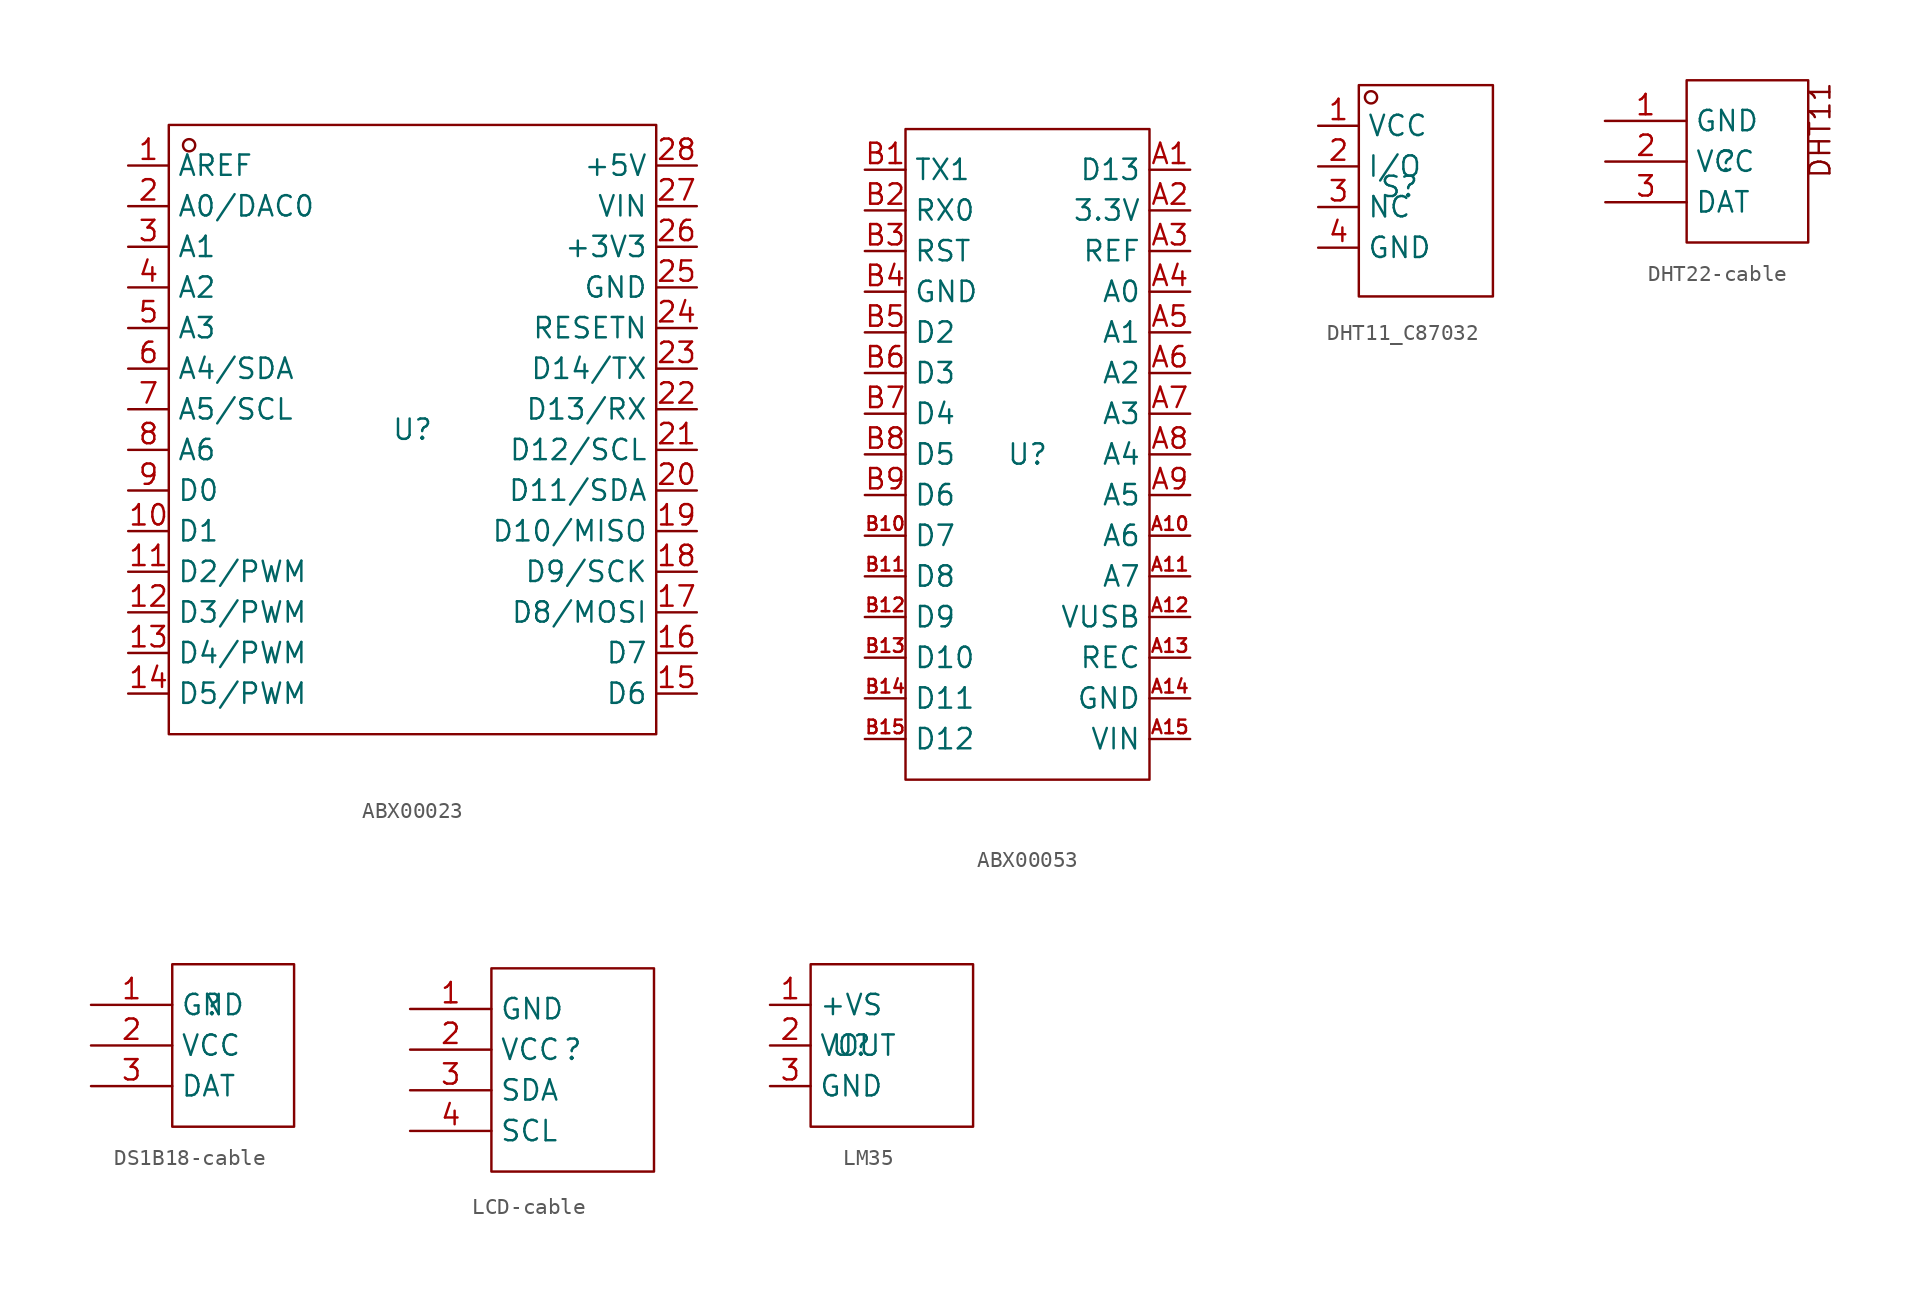
<source format=kicad_sym>
(kicad_symbol_lib
  (version 20241209)
  (generator "kicad_symbol_editor")
  (generator_version "9.0")
  (symbol "ABX00023"
    (property "Reference" "U"
      (at 0 0 0)
      (effects (font (size 1.27 1.27))))
    (property "Value" ""
      (at 0 0 0)
      (effects (font (size 1.27 1.27))))
    (symbol "ABX00023_1_0"
      (rectangle (start -15.24 -19.05) (end 15.24 19.05) (stroke (width 0) (type default)) (fill (type none)))
      (circle (center -13.97 17.78) (radius 0.381) (stroke (width 0) (type default)) (fill (type none)))
      (pin unspecified line (at -17.78 16.51 0) (length 2.54) (name "AREF" (effects (font (size 1.27 1.27)))) (number "1" (effects (font (size 1.27 1.27)))))
      (pin unspecified line (at -17.78 13.97 0) (length 2.54) (name "A0/DAC0" (effects (font (size 1.27 1.27)))) (number "2" (effects (font (size 1.27 1.27)))))
      (pin unspecified line (at -17.78 11.43 0) (length 2.54) (name "A1" (effects (font (size 1.27 1.27)))) (number "3" (effects (font (size 1.27 1.27)))))
      (pin unspecified line (at -17.78 8.89 0) (length 2.54) (name "A2" (effects (font (size 1.27 1.27)))) (number "4" (effects (font (size 1.27 1.27)))))
      (pin unspecified line (at -17.78 6.35 0) (length 2.54) (name "A3" (effects (font (size 1.27 1.27)))) (number "5" (effects (font (size 1.27 1.27)))))
      (pin unspecified line (at -17.78 3.81 0) (length 2.54) (name "A4/SDA" (effects (font (size 1.27 1.27)))) (number "6" (effects (font (size 1.27 1.27)))))
      (pin unspecified line (at -17.78 1.27 0) (length 2.54) (name "A5/SCL" (effects (font (size 1.27 1.27)))) (number "7" (effects (font (size 1.27 1.27)))))
      (pin unspecified line (at -17.78 -1.27 0) (length 2.54) (name "A6" (effects (font (size 1.27 1.27)))) (number "8" (effects (font (size 1.27 1.27)))))
      (pin unspecified line (at -17.78 -3.81 0) (length 2.54) (name "D0" (effects (font (size 1.27 1.27)))) (number "9" (effects (font (size 1.27 1.27)))))
      (pin unspecified line (at -17.78 -6.35 0) (length 2.54) (name "D1" (effects (font (size 1.27 1.27)))) (number "10" (effects (font (size 1.27 1.27)))))
      (pin unspecified line (at -17.78 -8.89 0) (length 2.54) (name "D2/PWM" (effects (font (size 1.27 1.27)))) (number "11" (effects (font (size 1.27 1.27)))))
      (pin unspecified line (at -17.78 -11.43 0) (length 2.54) (name "D3/PWM" (effects (font (size 1.27 1.27)))) (number "12" (effects (font (size 1.27 1.27)))))
      (pin unspecified line (at -17.78 -13.97 0) (length 2.54) (name "D4/PWM" (effects (font (size 1.27 1.27)))) (number "13" (effects (font (size 1.27 1.27)))))
      (pin unspecified line (at -17.78 -16.51 0) (length 2.54) (name "D5/PWM" (effects (font (size 1.27 1.27)))) (number "14" (effects (font (size 1.27 1.27)))))
      (pin unspecified line (at 17.78 16.51 180) (length 2.54) (name "+5V" (effects (font (size 1.27 1.27)))) (number "28" (effects (font (size 1.27 1.27)))))
      (pin unspecified line (at 17.78 13.97 180) (length 2.54) (name "VIN" (effects (font (size 1.27 1.27)))) (number "27" (effects (font (size 1.27 1.27)))))
      (pin unspecified line (at 17.78 11.43 180) (length 2.54) (name "+3V3" (effects (font (size 1.27 1.27)))) (number "26" (effects (font (size 1.27 1.27)))))
      (pin unspecified line (at 17.78 8.89 180) (length 2.54) (name "GND" (effects (font (size 1.27 1.27)))) (number "25" (effects (font (size 1.27 1.27)))))
      (pin unspecified line (at 17.78 6.35 180) (length 2.54) (name "RESETN" (effects (font (size 1.27 1.27)))) (number "24" (effects (font (size 1.27 1.27)))))
      (pin unspecified line (at 17.78 3.81 180) (length 2.54) (name "D14/TX" (effects (font (size 1.27 1.27)))) (number "23" (effects (font (size 1.27 1.27)))))
      (pin unspecified line (at 17.78 1.27 180) (length 2.54) (name "D13/RX" (effects (font (size 1.27 1.27)))) (number "22" (effects (font (size 1.27 1.27)))))
      (pin unspecified line (at 17.78 -1.27 180) (length 2.54) (name "D12/SCL" (effects (font (size 1.27 1.27)))) (number "21" (effects (font (size 1.27 1.27)))))
      (pin unspecified line (at 17.78 -3.81 180) (length 2.54) (name "D11/SDA" (effects (font (size 1.27 1.27)))) (number "20" (effects (font (size 1.27 1.27)))))
      (pin unspecified line (at 17.78 -6.35 180) (length 2.54) (name "D10/MISO" (effects (font (size 1.27 1.27)))) (number "19" (effects (font (size 1.27 1.27)))))
      (pin unspecified line (at 17.78 -8.89 180) (length 2.54) (name "D9/SCK" (effects (font (size 1.27 1.27)))) (number "18" (effects (font (size 1.27 1.27)))))
      (pin unspecified line (at 17.78 -11.43 180) (length 2.54) (name "D8/MOSI" (effects (font (size 1.27 1.27)))) (number "17" (effects (font (size 1.27 1.27)))))
      (pin unspecified line (at 17.78 -13.97 180) (length 2.54) (name "D7" (effects (font (size 1.27 1.27)))) (number "16" (effects (font (size 1.27 1.27)))))
      (pin unspecified line (at 17.78 -16.51 180) (length 2.54) (name "D6" (effects (font (size 1.27 1.27)))) (number "15" (effects (font (size 1.27 1.27)))))))
  (symbol "ABX00053"
    (property "Reference" "U"
      (at 0 0 0)
      (effects (font (size 1.27 1.27))))
    (property "Value" ""
      (at 0 0 0)
      (effects (font (size 1.27 1.27))))
    (symbol "ABX00053_1_0"
      (rectangle (start -7.62 20.32) (end 7.62 -20.32) (stroke (width 0) (type default)) (fill (type none)))
      (pin unspecified line (at -10.16 17.78 0) (length 2.54) (name "TX1" (effects (font (size 1.27 1.27)))) (number "B1" (effects (font (size 1.27 1.27)))))
      (pin unspecified line (at -10.16 15.24 0) (length 2.54) (name "RX0" (effects (font (size 1.27 1.27)))) (number "B2" (effects (font (size 1.27 1.27)))))
      (pin unspecified line (at -10.16 12.7 0) (length 2.54) (name "RST" (effects (font (size 1.27 1.27)))) (number "B3" (effects (font (size 1.27 1.27)))))
      (pin unspecified line (at -10.16 10.16 0) (length 2.54) (name "GND" (effects (font (size 1.27 1.27)))) (number "B4" (effects (font (size 1.27 1.27)))))
      (pin unspecified line (at -10.16 7.62 0) (length 2.54) (name "D2" (effects (font (size 1.27 1.27)))) (number "B5" (effects (font (size 1.27 1.27)))))
      (pin unspecified line (at -10.16 5.08 0) (length 2.54) (name "D3" (effects (font (size 1.27 1.27)))) (number "B6" (effects (font (size 1.27 1.27)))))
      (pin unspecified line (at -10.16 2.54 0) (length 2.54) (name "D4" (effects (font (size 1.27 1.27)))) (number "B7" (effects (font (size 1.27 1.27)))))
      (pin unspecified line (at -10.16 0 0) (length 2.54) (name "D5" (effects (font (size 1.27 1.27)))) (number "B8" (effects (font (size 1.27 1.27)))))
      (pin unspecified line (at -10.16 -2.54 0) (length 2.54) (name "D6" (effects (font (size 1.27 1.27)))) (number "B9" (effects (font (size 1.27 1.27)))))
      (pin unspecified line (at -10.16 -5.08 0) (length 2.54) (name "D7" (effects (font (size 1.27 1.27)))) (number "B10" (effects (font (size 0.847 0.847)))))
      (pin unspecified line (at -10.16 -7.62 0) (length 2.54) (name "D8" (effects (font (size 1.27 1.27)))) (number "B11" (effects (font (size 0.847 0.847)))))
      (pin unspecified line (at -10.16 -10.16 0) (length 2.54) (name "D9" (effects (font (size 1.27 1.27)))) (number "B12" (effects (font (size 0.847 0.847)))))
      (pin unspecified line (at -10.16 -12.7 0) (length 2.54) (name "D10" (effects (font (size 1.27 1.27)))) (number "B13" (effects (font (size 0.847 0.847)))))
      (pin unspecified line (at -10.16 -15.24 0) (length 2.54) (name "D11" (effects (font (size 1.27 1.27)))) (number "B14" (effects (font (size 0.847 0.847)))))
      (pin unspecified line (at -10.16 -17.78 0) (length 2.54) (name "D12" (effects (font (size 1.27 1.27)))) (number "B15" (effects (font (size 0.847 0.847)))))
      (pin unspecified line (at 10.16 17.78 180) (length 2.54) (name "D13" (effects (font (size 1.27 1.27)))) (number "A1" (effects (font (size 1.27 1.27)))))
      (pin unspecified line (at 10.16 15.24 180) (length 2.54) (name "3.3V" (effects (font (size 1.27 1.27)))) (number "A2" (effects (font (size 1.27 1.27)))))
      (pin unspecified line (at 10.16 12.7 180) (length 2.54) (name "REF" (effects (font (size 1.27 1.27)))) (number "A3" (effects (font (size 1.27 1.27)))))
      (pin unspecified line (at 10.16 10.16 180) (length 2.54) (name "A0" (effects (font (size 1.27 1.27)))) (number "A4" (effects (font (size 1.27 1.27)))))
      (pin unspecified line (at 10.16 7.62 180) (length 2.54) (name "A1" (effects (font (size 1.27 1.27)))) (number "A5" (effects (font (size 1.27 1.27)))))
      (pin unspecified line (at 10.16 5.08 180) (length 2.54) (name "A2" (effects (font (size 1.27 1.27)))) (number "A6" (effects (font (size 1.27 1.27)))))
      (pin unspecified line (at 10.16 2.54 180) (length 2.54) (name "A3" (effects (font (size 1.27 1.27)))) (number "A7" (effects (font (size 1.27 1.27)))))
      (pin unspecified line (at 10.16 0 180) (length 2.54) (name "A4" (effects (font (size 1.27 1.27)))) (number "A8" (effects (font (size 1.27 1.27)))))
      (pin unspecified line (at 10.16 -2.54 180) (length 2.54) (name "A5" (effects (font (size 1.27 1.27)))) (number "A9" (effects (font (size 1.27 1.27)))))
      (pin unspecified line (at 10.16 -5.08 180) (length 2.54) (name "A6" (effects (font (size 1.27 1.27)))) (number "A10" (effects (font (size 0.847 0.847)))))
      (pin unspecified line (at 10.16 -7.62 180) (length 2.54) (name "A7" (effects (font (size 1.27 1.27)))) (number "A11" (effects (font (size 0.847 0.847)))))
      (pin unspecified line (at 10.16 -10.16 180) (length 2.54) (name "VUSB" (effects (font (size 1.27 1.27)))) (number "A12" (effects (font (size 0.847 0.847)))))
      (pin unspecified line (at 10.16 -12.7 180) (length 2.54) (name "REC" (effects (font (size 1.27 1.27)))) (number "A13" (effects (font (size 0.847 0.847)))))
      (pin unspecified line (at 10.16 -15.24 180) (length 2.54) (name "GND" (effects (font (size 1.27 1.27)))) (number "A14" (effects (font (size 0.847 0.847)))))
      (pin unspecified line (at 10.16 -17.78 180) (length 2.54) (name "VIN" (effects (font (size 1.27 1.27)))) (number "A15" (effects (font (size 0.847 0.847)))))))
  (symbol "DHT11_C87032"
    (property "Reference" "S"
      (at 0 0 0)
      (effects (font (size 1.27 1.27))))
    (property "Value" ""
      (at 0 0 0)
      (effects (font (size 1.27 1.27))))
    (symbol "DHT11_C87032_1_0"
      (rectangle (start -2.54 -6.858) (end 5.842 6.35) (stroke (width 0) (type default)) (fill (type none)))
      (circle (center -1.778 5.588) (radius 0.381) (stroke (width 0) (type default)) (fill (type none)))
      (pin unspecified line (at -5.08 3.81 0) (length 2.54) (name "VCC" (effects (font (size 1.27 1.27)))) (number "1" (effects (font (size 1.27 1.27)))))
      (pin unspecified line (at -5.08 1.27 0) (length 2.54) (name "I/O" (effects (font (size 1.27 1.27)))) (number "2" (effects (font (size 1.27 1.27)))))
      (pin unspecified line (at -5.08 -1.27 0) (length 2.54) (name "NC" (effects (font (size 1.27 1.27)))) (number "3" (effects (font (size 1.27 1.27)))))
      (pin unspecified line (at -5.08 -3.81 0) (length 2.54) (name "GND" (effects (font (size 1.27 1.27)))) (number "4" (effects (font (size 1.27 1.27)))))))
  (symbol "DHT22-cable"
    (property "Reference" ""
      (at 0 0 0)
      (effects (font (size 1.27 1.27))))
    (property "Value" ""
      (at 0 0 0)
      (effects (font (size 1.27 1.27))))
    (symbol "DHT22-cable_1_0"
      (rectangle (start -2.515 5.08) (end 5.08 -5.055) (stroke (width 0) (type default)) (fill (type none)))
      (text "DHT11" (at 5.08 5.055 900) (effects (font (size 1.27 1.27)) (justify right top)))
      (pin input line (at -7.62 2.54 0) (length 5.08) (name "GND" (effects (font (size 1.27 1.27)))) (number "1" (effects (font (size 1.27 1.27)))))
      (pin input line (at -7.595 0 0) (length 5.08) (name "VCC" (effects (font (size 1.27 1.27)))) (number "2" (effects (font (size 1.27 1.27)))))
      (pin input line (at -7.595 -2.54 0) (length 5.08) (name "DAT" (effects (font (size 1.27 1.27)))) (number "3" (effects (font (size 1.27 1.27)))))))
  (symbol "DS1B18-cable"
    (property "Reference" ""
      (at 0 0 0)
      (effects (font (size 1.27 1.27))))
    (property "Value" ""
      (at 0 0 0)
      (effects (font (size 1.27 1.27))))
    (symbol "DS1B18-cable_1_0"
      (rectangle (start -2.54 2.54) (end 5.08 -7.62) (stroke (width 0) (type default)) (fill (type none)))
      (pin input line (at -7.62 0 0) (length 5.08) (name "GND" (effects (font (size 1.27 1.27)))) (number "1" (effects (font (size 1.27 1.27)))))
      (pin input line (at -7.62 -2.54 0) (length 5.08) (name "VCC" (effects (font (size 1.27 1.27)))) (number "2" (effects (font (size 1.27 1.27)))))
      (pin input line (at -7.62 -5.08 0) (length 5.08) (name "DAT" (effects (font (size 1.27 1.27)))) (number "3" (effects (font (size 1.27 1.27)))))))
  (symbol "LCD-cable"
    (property "Reference" ""
      (at 0 0 0)
      (effects (font (size 1.27 1.27))))
    (property "Value" ""
      (at 0 0 0)
      (effects (font (size 1.27 1.27))))
    (symbol "LCD-cable_1_0"
      (rectangle (start -5.08 5.08) (end 5.08 -7.62) (stroke (width 0) (type default)) (fill (type none)))
      (pin input line (at -10.16 2.54 0) (length 5.08) (name "GND" (effects (font (size 1.27 1.27)))) (number "1" (effects (font (size 1.27 1.27)))))
      (pin input line (at -10.16 0 0) (length 5.08) (name "VCC" (effects (font (size 1.27 1.27)))) (number "2" (effects (font (size 1.27 1.27)))))
      (pin input line (at -10.16 -2.54 0) (length 5.08) (name "SDA" (effects (font (size 1.27 1.27)))) (number "3" (effects (font (size 1.27 1.27)))))
      (pin input line (at -10.16 -5.08 0) (length 5.08) (name "SCL" (effects (font (size 1.27 1.27)))) (number "4" (effects (font (size 1.27 1.27)))))))
  (symbol "LM35"
    (property "Reference" "U"
      (at 0 0 0)
      (effects (font (size 1.27 1.27))))
    (property "Value" ""
      (at 0 0 0)
      (effects (font (size 1.27 1.27))))
    (symbol "LM35_1_0"
      (rectangle (start -2.54 5.08) (end 7.62 -5.08) (stroke (width 0) (type default)) (fill (type none)))
      (pin unspecified line (at -5.08 2.54 0) (length 2.54) (name "+VS" (effects (font (size 1.27 1.27)))) (number "1" (effects (font (size 1.27 1.27)))))
      (pin unspecified line (at -5.08 0 0) (length 2.54) (name "VOUT" (effects (font (size 1.27 1.27)))) (number "2" (effects (font (size 1.27 1.27)))))
      (pin unspecified line (at -5.08 -2.54 0) (length 2.54) (name "GND" (effects (font (size 1.27 1.27)))) (number "3" (effects (font (size 1.27 1.27))))))))
</source>
